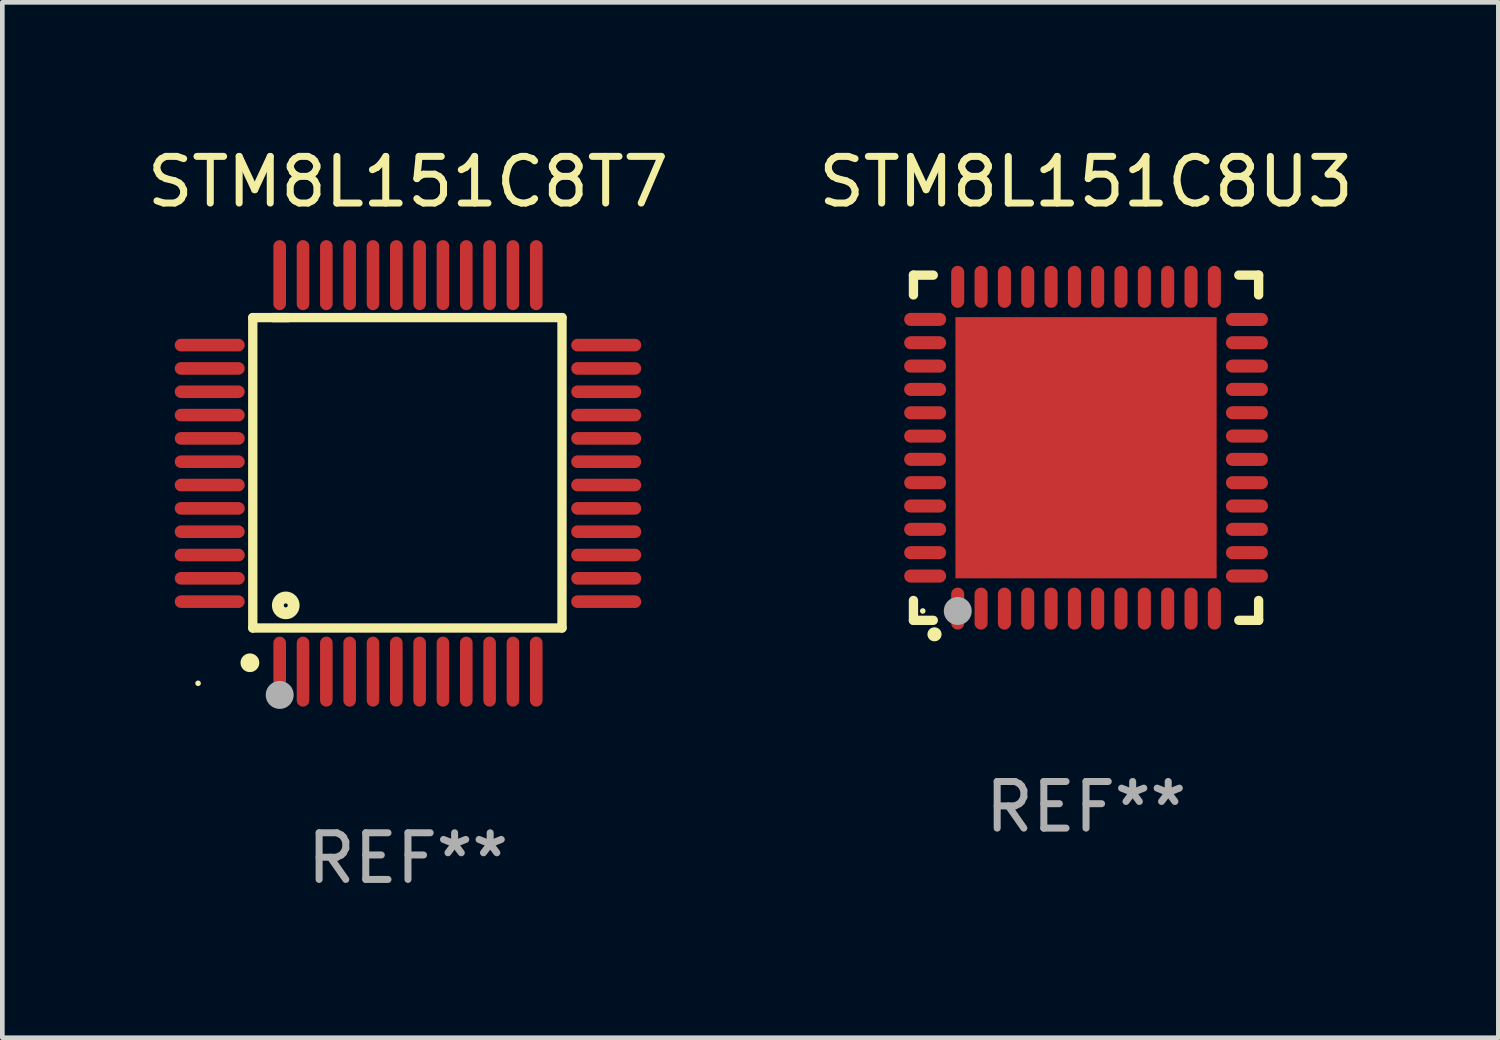
<source format=kicad_pcb>
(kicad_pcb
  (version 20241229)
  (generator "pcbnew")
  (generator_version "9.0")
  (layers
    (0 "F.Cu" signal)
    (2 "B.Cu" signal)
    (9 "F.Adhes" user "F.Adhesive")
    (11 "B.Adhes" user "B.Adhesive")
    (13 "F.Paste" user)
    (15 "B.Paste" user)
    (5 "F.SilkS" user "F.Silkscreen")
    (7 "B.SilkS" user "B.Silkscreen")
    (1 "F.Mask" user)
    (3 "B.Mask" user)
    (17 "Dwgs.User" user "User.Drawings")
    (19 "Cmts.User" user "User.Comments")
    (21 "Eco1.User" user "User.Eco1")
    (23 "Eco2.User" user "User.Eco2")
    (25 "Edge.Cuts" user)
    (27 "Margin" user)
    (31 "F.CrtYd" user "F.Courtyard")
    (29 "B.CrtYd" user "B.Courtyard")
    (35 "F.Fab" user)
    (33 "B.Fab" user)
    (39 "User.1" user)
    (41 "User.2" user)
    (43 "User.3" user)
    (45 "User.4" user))
  (footprint "STM8L151C8T7"
    (layer "F.Cu")
    (at 5.696 7.098)
    (property "Reference" "STM8L151C8T7" (at 0 -6.25 0) (layer "F.SilkS") (effects (font (size 1 1) (thickness 0.15))))
    (attr through_hole)
    (fp_line (start -3.327 -3.34) (end -2.565 -3.34) (stroke (width 0.2) (type solid)) (layer "F.SilkS"))
    (fp_line (start -3.327 3.315) (end -3.327 -3.34) (stroke (width 0.2) (type solid)) (layer "F.SilkS"))
    (fp_line (start -2.896 -3.34) (end 3.302 -3.34) (stroke (width 0.2) (type solid)) (layer "F.SilkS"))
    (fp_line (start 3.302 -3.34) (end 3.302 3.315) (stroke (width 0.2) (type solid)) (layer "F.SilkS"))
    (fp_line (start 3.302 3.315) (end -3.327 3.315) (stroke (width 0.2) (type solid)) (layer "F.SilkS"))
    (fp_arc (start -3.389992 4.059995) (mid -3.388722 4.059991) (end -3.387452 4.059995) (stroke (width 0.4) (type solid)) (layer "F.SilkS"))
    (fp_circle (center -4.5 4.5) (end -4.47 4.5) (stroke (width 0.06) (type solid)) (fill no) (layer "F.SilkS"))
    (fp_circle (center -2.62 2.83) (end -2.45 2.83) (stroke (width 0.254) (type solid)) (fill no) (layer "F.SilkS"))
    (fp_circle (center -2.75 4.75) (end -2.6 4.75) (stroke (width 0.3) (type solid)) (fill no) (layer "F.Fab"))
    (fp_text user "REF**" (at 0 8.25 0) (layer "F.Fab") (effects (font (size 1 1) (thickness 0.15))))
    (pad "1" smd oval (at -2.75 4.25) (size 0.27 1.5) (layers "F.Cu" "F.Mask" "F.Paste"))
    (pad "2" smd oval (at -2.25 4.25) (size 0.27 1.5) (layers "F.Cu" "F.Mask" "F.Paste"))
    (pad "3" smd oval (at -1.75 4.25) (size 0.27 1.5) (layers "F.Cu" "F.Mask" "F.Paste"))
    (pad "4" smd oval (at -1.25 4.25) (size 0.27 1.5) (layers "F.Cu" "F.Mask" "F.Paste"))
    (pad "5" smd oval (at -0.75 4.25) (size 0.27 1.5) (layers "F.Cu" "F.Mask" "F.Paste"))
    (pad "6" smd oval (at -0.25 4.25) (size 0.27 1.5) (layers "F.Cu" "F.Mask" "F.Paste"))
    (pad "7" smd oval (at 0.25 4.25) (size 0.27 1.5) (layers "F.Cu" "F.Mask" "F.Paste"))
    (pad "8" smd oval (at 0.75 4.25) (size 0.27 1.5) (layers "F.Cu" "F.Mask" "F.Paste"))
    (pad "9" smd oval (at 1.25 4.25) (size 0.27 1.5) (layers "F.Cu" "F.Mask" "F.Paste"))
    (pad "10" smd oval (at 1.75 4.25) (size 0.27 1.5) (layers "F.Cu" "F.Mask" "F.Paste"))
    (pad "11" smd oval (at 2.25 4.25) (size 0.27 1.5) (layers "F.Cu" "F.Mask" "F.Paste"))
    (pad "12" smd oval (at 2.75 4.25) (size 0.27 1.5) (layers "F.Cu" "F.Mask" "F.Paste"))
    (pad "13" smd oval (at 4.25 2.75) (size 1.5 0.27) (layers "F.Cu" "F.Mask" "F.Paste"))
    (pad "14" smd oval (at 4.25 2.25) (size 1.5 0.27) (layers "F.Cu" "F.Mask" "F.Paste"))
    (pad "15" smd oval (at 4.25 1.75) (size 1.5 0.27) (layers "F.Cu" "F.Mask" "F.Paste"))
    (pad "16" smd oval (at 4.25 1.25) (size 1.5 0.27) (layers "F.Cu" "F.Mask" "F.Paste"))
    (pad "17" smd oval (at 4.25 0.75) (size 1.5 0.27) (layers "F.Cu" "F.Mask" "F.Paste"))
    (pad "18" smd oval (at 4.25 0.25) (size 1.5 0.27) (layers "F.Cu" "F.Mask" "F.Paste"))
    (pad "19" smd oval (at 4.25 -0.25) (size 1.5 0.27) (layers "F.Cu" "F.Mask" "F.Paste"))
    (pad "20" smd oval (at 4.25 -0.75) (size 1.5 0.27) (layers "F.Cu" "F.Mask" "F.Paste"))
    (pad "21" smd oval (at 4.25 -1.25) (size 1.5 0.27) (layers "F.Cu" "F.Mask" "F.Paste"))
    (pad "22" smd oval (at 4.25 -1.75) (size 1.5 0.27) (layers "F.Cu" "F.Mask" "F.Paste"))
    (pad "23" smd oval (at 4.25 -2.25) (size 1.5 0.27) (layers "F.Cu" "F.Mask" "F.Paste"))
    (pad "24" smd oval (at 4.25 -2.75) (size 1.5 0.27) (layers "F.Cu" "F.Mask" "F.Paste"))
    (pad "25" smd oval (at 2.75 -4.25) (size 0.27 1.5) (layers "F.Cu" "F.Mask" "F.Paste"))
    (pad "26" smd oval (at 2.25 -4.25) (size 0.27 1.5) (layers "F.Cu" "F.Mask" "F.Paste"))
    (pad "27" smd oval (at 1.75 -4.25) (size 0.27 1.5) (layers "F.Cu" "F.Mask" "F.Paste"))
    (pad "28" smd oval (at 1.25 -4.25) (size 0.27 1.5) (layers "F.Cu" "F.Mask" "F.Paste"))
    (pad "29" smd oval (at 0.75 -4.25) (size 0.27 1.5) (layers "F.Cu" "F.Mask" "F.Paste"))
    (pad "30" smd oval (at 0.25 -4.25) (size 0.27 1.5) (layers "F.Cu" "F.Mask" "F.Paste"))
    (pad "31" smd oval (at -0.25 -4.25) (size 0.27 1.5) (layers "F.Cu" "F.Mask" "F.Paste"))
    (pad "32" smd oval (at -0.75 -4.25) (size 0.27 1.5) (layers "F.Cu" "F.Mask" "F.Paste"))
    (pad "33" smd oval (at -1.25 -4.25) (size 0.27 1.5) (layers "F.Cu" "F.Mask" "F.Paste"))
    (pad "34" smd oval (at -1.75 -4.25) (size 0.27 1.5) (layers "F.Cu" "F.Mask" "F.Paste"))
    (pad "35" smd oval (at -2.25 -4.25) (size 0.27 1.5) (layers "F.Cu" "F.Mask" "F.Paste"))
    (pad "36" smd oval (at -2.75 -4.25) (size 0.27 1.5) (layers "F.Cu" "F.Mask" "F.Paste"))
    (pad "37" smd oval (at -4.25 -2.75) (size 1.5 0.27) (layers "F.Cu" "F.Mask" "F.Paste"))
    (pad "38" smd oval (at -4.25 -2.25) (size 1.5 0.27) (layers "F.Cu" "F.Mask" "F.Paste"))
    (pad "39" smd oval (at -4.25 -1.75) (size 1.5 0.27) (layers "F.Cu" "F.Mask" "F.Paste"))
    (pad "40" smd oval (at -4.25 -1.25) (size 1.5 0.27) (layers "F.Cu" "F.Mask" "F.Paste"))
    (pad "41" smd oval (at -4.25 -0.75) (size 1.5 0.27) (layers "F.Cu" "F.Mask" "F.Paste"))
    (pad "42" smd oval (at -4.25 -0.25) (size 1.5 0.27) (layers "F.Cu" "F.Mask" "F.Paste"))
    (pad "43" smd oval (at -4.25 0.25) (size 1.5 0.27) (layers "F.Cu" "F.Mask" "F.Paste"))
    (pad "44" smd oval (at -4.25 0.75) (size 1.5 0.27) (layers "F.Cu" "F.Mask" "F.Paste"))
    (pad "45" smd oval (at -4.25 1.25) (size 1.5 0.27) (layers "F.Cu" "F.Mask" "F.Paste"))
    (pad "46" smd oval (at -4.25 1.75) (size 1.5 0.27) (layers "F.Cu" "F.Mask" "F.Paste"))
    (pad "47" smd oval (at -4.25 2.25) (size 1.5 0.27) (layers "F.Cu" "F.Mask" "F.Paste"))
    (pad "48" smd oval (at -4.25 2.75) (size 1.5 0.27) (layers "F.Cu" "F.Mask" "F.Paste")))
  (footprint "STM8L151C8U3"
    (layer "F.Cu")
    (at 20.232 6.548)
    (property "Reference" "STM8L151C8U3" (at 0 -5.7 0) (layer "F.SilkS") (effects (font (size 1 1) (thickness 0.15))))
    (attr through_hole)
    (fp_line (start -3.7 -3.7) (end -3.275 -3.7) (stroke (width 0.2) (type solid)) (layer "F.SilkS"))
    (fp_line (start -3.7 -3.275) (end -3.7 -3.7) (stroke (width 0.2) (type solid)) (layer "F.SilkS"))
    (fp_line (start -3.7 3.7) (end -3.7 3.275) (stroke (width 0.2) (type solid)) (layer "F.SilkS"))
    (fp_line (start -3.275 3.7) (end -3.7 3.7) (stroke (width 0.2) (type solid)) (layer "F.SilkS"))
    (fp_line (start 3.7 -3.7) (end 3.275 -3.7) (stroke (width 0.2) (type solid)) (layer "F.SilkS"))
    (fp_line (start 3.7 -3.275) (end 3.7 -3.7) (stroke (width 0.2) (type solid)) (layer "F.SilkS"))
    (fp_line (start 3.7 3.275) (end 3.7 3.7) (stroke (width 0.2) (type solid)) (layer "F.SilkS"))
    (fp_line (start 3.7 3.7) (end 3.275 3.7) (stroke (width 0.2) (type solid)) (layer "F.SilkS"))
    (fp_arc (start -3.249936 3.999975) (mid -3.248666 3.99997) (end -3.247396 3.999975) (stroke (width 0.3) (type solid)) (layer "F.SilkS"))
    (fp_circle (center -3.5 3.5) (end -3.47 3.5) (stroke (width 0.06) (type solid)) (fill no) (layer "F.SilkS"))
    (fp_circle (center -2.75 3.5) (end -2.6 3.5) (stroke (width 0.3) (type solid)) (fill no) (layer "F.Fab"))
    (fp_text user "REF**" (at 0 7.7 0) (layer "F.Fab") (effects (font (size 1 1) (thickness 0.15))))
    (pad "1" smd oval (at -2.751 3.449) (size 0.28 0.9) (layers "F.Cu" "F.Mask" "F.Paste"))
    (pad "2" smd oval (at -2.25 3.449) (size 0.28 0.9) (layers "F.Cu" "F.Mask" "F.Paste"))
    (pad "3" smd oval (at -1.75 3.449) (size 0.28 0.9) (layers "F.Cu" "F.Mask" "F.Paste"))
    (pad "4" smd oval (at -1.25 3.449) (size 0.28 0.9) (layers "F.Cu" "F.Mask" "F.Paste"))
    (pad "5" smd oval (at -0.749 3.449) (size 0.28 0.9) (layers "F.Cu" "F.Mask" "F.Paste"))
    (pad "6" smd oval (at -0.249 3.449) (size 0.28 0.9) (layers "F.Cu" "F.Mask" "F.Paste"))
    (pad "7" smd oval (at 0.249 3.449) (size 0.28 0.9) (layers "F.Cu" "F.Mask" "F.Paste"))
    (pad "8" smd oval (at 0.749 3.449) (size 0.28 0.9) (layers "F.Cu" "F.Mask" "F.Paste"))
    (pad "9" smd oval (at 1.25 3.449) (size 0.28 0.9) (layers "F.Cu" "F.Mask" "F.Paste"))
    (pad "10" smd oval (at 1.75 3.449) (size 0.28 0.9) (layers "F.Cu" "F.Mask" "F.Paste"))
    (pad "11" smd oval (at 2.251 3.449) (size 0.28 0.9) (layers "F.Cu" "F.Mask" "F.Paste"))
    (pad "12" smd oval (at 2.751 3.449) (size 0.28 0.9) (layers "F.Cu" "F.Mask" "F.Paste"))
    (pad "13" smd oval (at 3.449 2.75) (size 0.9 0.28) (layers "F.Cu" "F.Mask" "F.Paste"))
    (pad "14" smd oval (at 3.449 2.25) (size 0.9 0.28) (layers "F.Cu" "F.Mask" "F.Paste"))
    (pad "15" smd oval (at 3.449 1.75) (size 0.9 0.28) (layers "F.Cu" "F.Mask" "F.Paste"))
    (pad "16" smd oval (at 3.449 1.25) (size 0.9 0.28) (layers "F.Cu" "F.Mask" "F.Paste"))
    (pad "17" smd oval (at 3.449 0.75) (size 0.9 0.28) (layers "F.Cu" "F.Mask" "F.Paste"))
    (pad "18" smd oval (at 3.449 0.25) (size 0.9 0.28) (layers "F.Cu" "F.Mask" "F.Paste"))
    (pad "19" smd oval (at 3.449 -0.25) (size 0.9 0.28) (layers "F.Cu" "F.Mask" "F.Paste"))
    (pad "20" smd oval (at 3.449 -0.75) (size 0.9 0.28) (layers "F.Cu" "F.Mask" "F.Paste"))
    (pad "21" smd oval (at 3.449 -1.25) (size 0.9 0.28) (layers "F.Cu" "F.Mask" "F.Paste"))
    (pad "22" smd oval (at 3.449 -1.75) (size 0.9 0.28) (layers "F.Cu" "F.Mask" "F.Paste"))
    (pad "23" smd oval (at 3.449 -2.25) (size 0.9 0.28) (layers "F.Cu" "F.Mask" "F.Paste"))
    (pad "24" smd oval (at 3.449 -2.75) (size 0.9 0.28) (layers "F.Cu" "F.Mask" "F.Paste"))
    (pad "25" smd oval (at 2.751 -3.449) (size 0.28 0.9) (layers "F.Cu" "F.Mask" "F.Paste"))
    (pad "26" smd oval (at 2.251 -3.449) (size 0.28 0.9) (layers "F.Cu" "F.Mask" "F.Paste"))
    (pad "27" smd oval (at 1.75 -3.449) (size 0.28 0.9) (layers "F.Cu" "F.Mask" "F.Paste"))
    (pad "28" smd oval (at 1.25 -3.449) (size 0.28 0.9) (layers "F.Cu" "F.Mask" "F.Paste"))
    (pad "29" smd oval (at 0.749 -3.449) (size 0.28 0.9) (layers "F.Cu" "F.Mask" "F.Paste"))
    (pad "30" smd oval (at 0.249 -3.449) (size 0.28 0.9) (layers "F.Cu" "F.Mask" "F.Paste"))
    (pad "31" smd oval (at -0.249 -3.449) (size 0.28 0.9) (layers "F.Cu" "F.Mask" "F.Paste"))
    (pad "32" smd oval (at -0.749 -3.449) (size 0.28 0.9) (layers "F.Cu" "F.Mask" "F.Paste"))
    (pad "33" smd oval (at -1.25 -3.449) (size 0.28 0.9) (layers "F.Cu" "F.Mask" "F.Paste"))
    (pad "34" smd oval (at -1.75 -3.449) (size 0.28 0.9) (layers "F.Cu" "F.Mask" "F.Paste"))
    (pad "35" smd oval (at -2.25 -3.449) (size 0.28 0.9) (layers "F.Cu" "F.Mask" "F.Paste"))
    (pad "36" smd oval (at -2.751 -3.449) (size 0.28 0.9) (layers "F.Cu" "F.Mask" "F.Paste"))
    (pad "37" smd oval (at -3.449 -2.751) (size 0.9 0.28) (layers "F.Cu" "F.Mask" "F.Paste"))
    (pad "38" smd oval (at -3.449 -2.25) (size 0.9 0.28) (layers "F.Cu" "F.Mask" "F.Paste"))
    (pad "39" smd oval (at -3.449 -1.75) (size 0.9 0.28) (layers "F.Cu" "F.Mask" "F.Paste"))
    (pad "40" smd oval (at -3.449 -1.25) (size 0.9 0.28) (layers "F.Cu" "F.Mask" "F.Paste"))
    (pad "41" smd oval (at -3.449 -0.749) (size 0.9 0.28) (layers "F.Cu" "F.Mask" "F.Paste"))
    (pad "42" smd oval (at -3.449 -0.249) (size 0.9 0.28) (layers "F.Cu" "F.Mask" "F.Paste"))
    (pad "43" smd oval (at -3.449 0.249) (size 0.9 0.28) (layers "F.Cu" "F.Mask" "F.Paste"))
    (pad "44" smd oval (at -3.449 0.749) (size 0.9 0.28) (layers "F.Cu" "F.Mask" "F.Paste"))
    (pad "45" smd oval (at -3.449 1.25) (size 0.9 0.28) (layers "F.Cu" "F.Mask" "F.Paste"))
    (pad "46" smd oval (at -3.449 1.75) (size 0.9 0.28) (layers "F.Cu" "F.Mask" "F.Paste"))
    (pad "47" smd oval (at -3.449 2.25) (size 0.9 0.28) (layers "F.Cu" "F.Mask" "F.Paste"))
    (pad "48" smd oval (at -3.449 2.751) (size 0.9 0.28) (layers "F.Cu" "F.Mask" "F.Paste"))
    (pad "49" smd rect (at 0.000076 -0.000025) (size 5.6 5.6) (layers "F.Cu" "F.Mask" "F.Paste")))
  (gr_rect
    (start -3 -3)
    (end 29.071 19.196)
    (stroke (width 0.1) (type default))
    (fill no)
    (layer "Edge.Cuts")))
</source>
